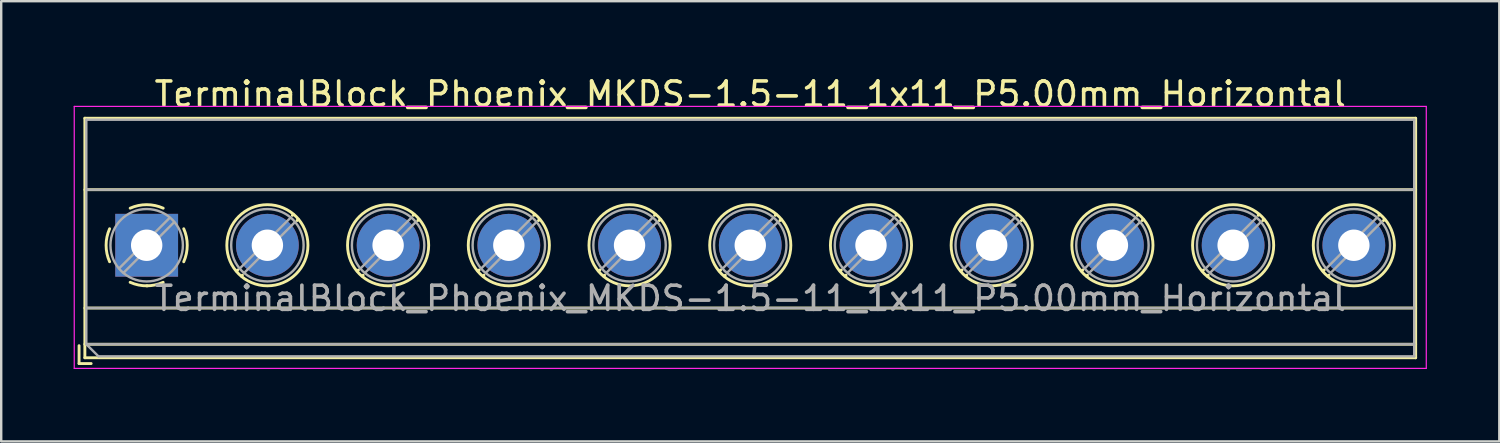
<source format=kicad_pcb>
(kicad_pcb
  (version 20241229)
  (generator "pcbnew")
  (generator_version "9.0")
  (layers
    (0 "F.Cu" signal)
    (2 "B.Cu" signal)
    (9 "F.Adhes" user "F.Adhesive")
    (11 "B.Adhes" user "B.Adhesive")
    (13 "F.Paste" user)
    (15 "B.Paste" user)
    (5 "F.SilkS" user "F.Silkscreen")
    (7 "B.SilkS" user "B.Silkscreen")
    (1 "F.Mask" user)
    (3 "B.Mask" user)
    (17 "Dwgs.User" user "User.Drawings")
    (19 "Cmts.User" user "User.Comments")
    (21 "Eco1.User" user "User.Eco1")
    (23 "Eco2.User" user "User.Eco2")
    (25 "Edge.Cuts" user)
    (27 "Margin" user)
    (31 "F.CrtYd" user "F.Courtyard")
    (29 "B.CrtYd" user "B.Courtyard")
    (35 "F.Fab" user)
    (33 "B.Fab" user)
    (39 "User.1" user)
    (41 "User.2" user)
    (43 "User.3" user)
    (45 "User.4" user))
  (footprint "TerminalBlock_Phoenix_MKDS-1.5-11_1x11_P5.00mm_Horizontal"
    (layer "F.Cu")
    (at 3.025 7.108)
    (property "Reference" "TerminalBlock_Phoenix_MKDS-1.5-11_1x11_P5.00mm_Horizontal" (at 25 -6.26 0) (layer "F.SilkS") (effects (font (size 1 1) (thickness 0.15))))
    (attr through_hole)
    (fp_line (start -2.8 4.16) (end -2.8 4.9) (stroke (width 0.12) (type solid)) (layer "F.SilkS"))
    (fp_line (start -2.8 4.9) (end -2.3 4.9) (stroke (width 0.12) (type solid)) (layer "F.SilkS"))
    (fp_line (start -2.56 -5.261) (end -2.56 4.66) (stroke (width 0.12) (type solid)) (layer "F.SilkS"))
    (fp_line (start -2.56 -5.261) (end 52.56 -5.261) (stroke (width 0.12) (type solid)) (layer "F.SilkS"))
    (fp_line (start -2.56 -2.301) (end 52.56 -2.301) (stroke (width 0.12) (type solid)) (layer "F.SilkS"))
    (fp_line (start -2.56 2.6) (end 52.56 2.6) (stroke (width 0.12) (type solid)) (layer "F.SilkS"))
    (fp_line (start -2.56 4.1) (end 52.56 4.1) (stroke (width 0.12) (type solid)) (layer "F.SilkS"))
    (fp_line (start -2.56 4.66) (end 52.56 4.66) (stroke (width 0.12) (type solid)) (layer "F.SilkS"))
    (fp_line (start 3.773 1.023) (end 3.726 1.069) (stroke (width 0.12) (type solid)) (layer "F.SilkS"))
    (fp_line (start 3.966 1.239) (end 3.931 1.274) (stroke (width 0.12) (type solid)) (layer "F.SilkS"))
    (fp_line (start 6.07 -1.275) (end 6.035 -1.239) (stroke (width 0.12) (type solid)) (layer "F.SilkS"))
    (fp_line (start 6.275 -1.069) (end 6.228 -1.023) (stroke (width 0.12) (type solid)) (layer "F.SilkS"))
    (fp_line (start 8.773 1.023) (end 8.726 1.069) (stroke (width 0.12) (type solid)) (layer "F.SilkS"))
    (fp_line (start 8.966 1.239) (end 8.931 1.274) (stroke (width 0.12) (type solid)) (layer "F.SilkS"))
    (fp_line (start 11.07 -1.275) (end 11.035 -1.239) (stroke (width 0.12) (type solid)) (layer "F.SilkS"))
    (fp_line (start 11.275 -1.069) (end 11.228 -1.023) (stroke (width 0.12) (type solid)) (layer "F.SilkS"))
    (fp_line (start 13.773 1.023) (end 13.726 1.069) (stroke (width 0.12) (type solid)) (layer "F.SilkS"))
    (fp_line (start 13.966 1.239) (end 13.931 1.274) (stroke (width 0.12) (type solid)) (layer "F.SilkS"))
    (fp_line (start 16.07 -1.275) (end 16.035 -1.239) (stroke (width 0.12) (type solid)) (layer "F.SilkS"))
    (fp_line (start 16.275 -1.069) (end 16.228 -1.023) (stroke (width 0.12) (type solid)) (layer "F.SilkS"))
    (fp_line (start 18.773 1.023) (end 18.726 1.069) (stroke (width 0.12) (type solid)) (layer "F.SilkS"))
    (fp_line (start 18.966 1.239) (end 18.931 1.274) (stroke (width 0.12) (type solid)) (layer "F.SilkS"))
    (fp_line (start 21.07 -1.275) (end 21.035 -1.239) (stroke (width 0.12) (type solid)) (layer "F.SilkS"))
    (fp_line (start 21.275 -1.069) (end 21.228 -1.023) (stroke (width 0.12) (type solid)) (layer "F.SilkS"))
    (fp_line (start 23.773 1.023) (end 23.726 1.069) (stroke (width 0.12) (type solid)) (layer "F.SilkS"))
    (fp_line (start 23.966 1.239) (end 23.931 1.274) (stroke (width 0.12) (type solid)) (layer "F.SilkS"))
    (fp_line (start 26.07 -1.275) (end 26.035 -1.239) (stroke (width 0.12) (type solid)) (layer "F.SilkS"))
    (fp_line (start 26.275 -1.069) (end 26.228 -1.023) (stroke (width 0.12) (type solid)) (layer "F.SilkS"))
    (fp_line (start 28.773 1.023) (end 28.726 1.069) (stroke (width 0.12) (type solid)) (layer "F.SilkS"))
    (fp_line (start 28.966 1.239) (end 28.931 1.274) (stroke (width 0.12) (type solid)) (layer "F.SilkS"))
    (fp_line (start 31.07 -1.275) (end 31.035 -1.239) (stroke (width 0.12) (type solid)) (layer "F.SilkS"))
    (fp_line (start 31.275 -1.069) (end 31.228 -1.023) (stroke (width 0.12) (type solid)) (layer "F.SilkS"))
    (fp_line (start 33.773 1.023) (end 33.726 1.069) (stroke (width 0.12) (type solid)) (layer "F.SilkS"))
    (fp_line (start 33.966 1.239) (end 33.931 1.274) (stroke (width 0.12) (type solid)) (layer "F.SilkS"))
    (fp_line (start 36.07 -1.275) (end 36.035 -1.239) (stroke (width 0.12) (type solid)) (layer "F.SilkS"))
    (fp_line (start 36.275 -1.069) (end 36.228 -1.023) (stroke (width 0.12) (type solid)) (layer "F.SilkS"))
    (fp_line (start 38.773 1.023) (end 38.726 1.069) (stroke (width 0.12) (type solid)) (layer "F.SilkS"))
    (fp_line (start 38.966 1.239) (end 38.931 1.274) (stroke (width 0.12) (type solid)) (layer "F.SilkS"))
    (fp_line (start 41.07 -1.275) (end 41.035 -1.239) (stroke (width 0.12) (type solid)) (layer "F.SilkS"))
    (fp_line (start 41.275 -1.069) (end 41.228 -1.023) (stroke (width 0.12) (type solid)) (layer "F.SilkS"))
    (fp_line (start 43.773 1.023) (end 43.726 1.069) (stroke (width 0.12) (type solid)) (layer "F.SilkS"))
    (fp_line (start 43.966 1.239) (end 43.931 1.274) (stroke (width 0.12) (type solid)) (layer "F.SilkS"))
    (fp_line (start 46.07 -1.275) (end 46.035 -1.239) (stroke (width 0.12) (type solid)) (layer "F.SilkS"))
    (fp_line (start 46.275 -1.069) (end 46.228 -1.023) (stroke (width 0.12) (type solid)) (layer "F.SilkS"))
    (fp_line (start 48.773 1.023) (end 48.726 1.069) (stroke (width 0.12) (type solid)) (layer "F.SilkS"))
    (fp_line (start 48.966 1.239) (end 48.931 1.274) (stroke (width 0.12) (type solid)) (layer "F.SilkS"))
    (fp_line (start 51.07 -1.275) (end 51.035 -1.239) (stroke (width 0.12) (type solid)) (layer "F.SilkS"))
    (fp_line (start 51.275 -1.069) (end 51.228 -1.023) (stroke (width 0.12) (type solid)) (layer "F.SilkS"))
    (fp_line (start 52.56 -5.261) (end 52.56 4.66) (stroke (width 0.12) (type solid)) (layer "F.SilkS"))
    (fp_arc (start -1.535427 0.683042) (mid -1.680501 -0.000524) (end -1.535 -0.684) (stroke (width 0.12) (type solid)) (layer "F.SilkS"))
    (fp_arc (start -0.683042 -1.535427) (mid 0.000524 -1.680501) (end 0.684 -1.535) (stroke (width 0.12) (type solid)) (layer "F.SilkS"))
    (fp_arc (start 0.028805 1.680253) (mid -0.335551 1.646659) (end -0.684 1.535) (stroke (width 0.12) (type solid)) (layer "F.SilkS"))
    (fp_arc (start 0.683318 1.534756) (mid 0.349292 1.643288) (end 0 1.68) (stroke (width 0.12) (type solid)) (layer "F.SilkS"))
    (fp_arc (start 1.535427 -0.683042) (mid 1.680501 0.000524) (end 1.535 0.684) (stroke (width 0.12) (type solid)) (layer "F.SilkS"))
    (fp_circle (center 5 0) (end 6.68 0) (stroke (width 0.12) (type solid)) (fill no) (layer "F.SilkS"))
    (fp_circle (center 10 0) (end 11.68 0) (stroke (width 0.12) (type solid)) (fill no) (layer "F.SilkS"))
    (fp_circle (center 15 0) (end 16.68 0) (stroke (width 0.12) (type solid)) (fill no) (layer "F.SilkS"))
    (fp_circle (center 20 0) (end 21.68 0) (stroke (width 0.12) (type solid)) (fill no) (layer "F.SilkS"))
    (fp_circle (center 25 0) (end 26.68 0) (stroke (width 0.12) (type solid)) (fill no) (layer "F.SilkS"))
    (fp_circle (center 30 0) (end 31.68 0) (stroke (width 0.12) (type solid)) (fill no) (layer "F.SilkS"))
    (fp_circle (center 35 0) (end 36.68 0) (stroke (width 0.12) (type solid)) (fill no) (layer "F.SilkS"))
    (fp_circle (center 40 0) (end 41.68 0) (stroke (width 0.12) (type solid)) (fill no) (layer "F.SilkS"))
    (fp_circle (center 45 0) (end 46.68 0) (stroke (width 0.12) (type solid)) (fill no) (layer "F.SilkS"))
    (fp_circle (center 50 0) (end 51.68 0) (stroke (width 0.12) (type solid)) (fill no) (layer "F.SilkS"))
    (fp_line (start -3 -5.75) (end -3 5.1) (stroke (width 0.05) (type solid)) (layer "F.CrtYd"))
    (fp_line (start -3 5.1) (end 53 5.1) (stroke (width 0.05) (type solid)) (layer "F.CrtYd"))
    (fp_line (start 53 -5.75) (end -3 -5.75) (stroke (width 0.05) (type solid)) (layer "F.CrtYd"))
    (fp_line (start 53 5.1) (end 53 -5.75) (stroke (width 0.05) (type solid)) (layer "F.CrtYd"))
    (fp_line (start -2.5 -5.2) (end 52.5 -5.2) (stroke (width 0.1) (type solid)) (layer "F.Fab"))
    (fp_line (start -2.5 -2.3) (end 52.5 -2.3) (stroke (width 0.1) (type solid)) (layer "F.Fab"))
    (fp_line (start -2.5 2.6) (end 52.5 2.6) (stroke (width 0.1) (type solid)) (layer "F.Fab"))
    (fp_line (start -2.5 4.1) (end -2.5 -5.2) (stroke (width 0.1) (type solid)) (layer "F.Fab"))
    (fp_line (start -2.5 4.1) (end 52.5 4.1) (stroke (width 0.1) (type solid)) (layer "F.Fab"))
    (fp_line (start -2 4.6) (end -2.5 4.1) (stroke (width 0.1) (type solid)) (layer "F.Fab"))
    (fp_line (start 0.955 -1.138) (end -1.138 0.955) (stroke (width 0.1) (type solid)) (layer "F.Fab"))
    (fp_line (start 1.138 -0.955) (end -0.955 1.138) (stroke (width 0.1) (type solid)) (layer "F.Fab"))
    (fp_line (start 5.955 -1.138) (end 3.863 0.955) (stroke (width 0.1) (type solid)) (layer "F.Fab"))
    (fp_line (start 6.138 -0.955) (end 4.046 1.138) (stroke (width 0.1) (type solid)) (layer "F.Fab"))
    (fp_line (start 10.955 -1.138) (end 8.863 0.955) (stroke (width 0.1) (type solid)) (layer "F.Fab"))
    (fp_line (start 11.138 -0.955) (end 9.046 1.138) (stroke (width 0.1) (type solid)) (layer "F.Fab"))
    (fp_line (start 15.955 -1.138) (end 13.863 0.955) (stroke (width 0.1) (type solid)) (layer "F.Fab"))
    (fp_line (start 16.138 -0.955) (end 14.046 1.138) (stroke (width 0.1) (type solid)) (layer "F.Fab"))
    (fp_line (start 20.955 -1.138) (end 18.863 0.955) (stroke (width 0.1) (type solid)) (layer "F.Fab"))
    (fp_line (start 21.138 -0.955) (end 19.046 1.138) (stroke (width 0.1) (type solid)) (layer "F.Fab"))
    (fp_line (start 25.955 -1.138) (end 23.863 0.955) (stroke (width 0.1) (type solid)) (layer "F.Fab"))
    (fp_line (start 26.138 -0.955) (end 24.046 1.138) (stroke (width 0.1) (type solid)) (layer "F.Fab"))
    (fp_line (start 30.955 -1.138) (end 28.863 0.955) (stroke (width 0.1) (type solid)) (layer "F.Fab"))
    (fp_line (start 31.138 -0.955) (end 29.046 1.138) (stroke (width 0.1) (type solid)) (layer "F.Fab"))
    (fp_line (start 35.955 -1.138) (end 33.863 0.955) (stroke (width 0.1) (type solid)) (layer "F.Fab"))
    (fp_line (start 36.138 -0.955) (end 34.046 1.138) (stroke (width 0.1) (type solid)) (layer "F.Fab"))
    (fp_line (start 40.955 -1.138) (end 38.863 0.955) (stroke (width 0.1) (type solid)) (layer "F.Fab"))
    (fp_line (start 41.138 -0.955) (end 39.046 1.138) (stroke (width 0.1) (type solid)) (layer "F.Fab"))
    (fp_line (start 45.955 -1.138) (end 43.863 0.955) (stroke (width 0.1) (type solid)) (layer "F.Fab"))
    (fp_line (start 46.138 -0.955) (end 44.046 1.138) (stroke (width 0.1) (type solid)) (layer "F.Fab"))
    (fp_line (start 50.955 -1.138) (end 48.863 0.955) (stroke (width 0.1) (type solid)) (layer "F.Fab"))
    (fp_line (start 51.138 -0.955) (end 49.046 1.138) (stroke (width 0.1) (type solid)) (layer "F.Fab"))
    (fp_line (start 52.5 -5.2) (end 52.5 4.6) (stroke (width 0.1) (type solid)) (layer "F.Fab"))
    (fp_line (start 52.5 4.6) (end -2 4.6) (stroke (width 0.1) (type solid)) (layer "F.Fab"))
    (fp_circle (center 0 0) (end 1.5 0) (stroke (width 0.1) (type solid)) (fill no) (layer "F.Fab"))
    (fp_circle (center 5 0) (end 6.5 0) (stroke (width 0.1) (type solid)) (fill no) (layer "F.Fab"))
    (fp_circle (center 10 0) (end 11.5 0) (stroke (width 0.1) (type solid)) (fill no) (layer "F.Fab"))
    (fp_circle (center 15 0) (end 16.5 0) (stroke (width 0.1) (type solid)) (fill no) (layer "F.Fab"))
    (fp_circle (center 20 0) (end 21.5 0) (stroke (width 0.1) (type solid)) (fill no) (layer "F.Fab"))
    (fp_circle (center 25 0) (end 26.5 0) (stroke (width 0.1) (type solid)) (fill no) (layer "F.Fab"))
    (fp_circle (center 30 0) (end 31.5 0) (stroke (width 0.1) (type solid)) (fill no) (layer "F.Fab"))
    (fp_circle (center 35 0) (end 36.5 0) (stroke (width 0.1) (type solid)) (fill no) (layer "F.Fab"))
    (fp_circle (center 40 0) (end 41.5 0) (stroke (width 0.1) (type solid)) (fill no) (layer "F.Fab"))
    (fp_circle (center 45 0) (end 46.5 0) (stroke (width 0.1) (type solid)) (fill no) (layer "F.Fab"))
    (fp_circle (center 50 0) (end 51.5 0) (stroke (width 0.1) (type solid)) (fill no) (layer "F.Fab"))
    (fp_text user "${REFERENCE}" (at 25 2.2 0) (layer "F.Fab") (effects (font (size 1 1) (thickness 0.15))))
    (pad "1" thru_hole rect (at 0 0) (size 2.6 2.6) (drill 1.3) (layers "*.Cu" "*.Mask"))
    (pad "2" thru_hole circle (at 5 0) (size 2.6 2.6) (drill 1.3) (layers "*.Cu" "*.Mask"))
    (pad "3" thru_hole circle (at 10 0) (size 2.6 2.6) (drill 1.3) (layers "*.Cu" "*.Mask"))
    (pad "4" thru_hole circle (at 15 0) (size 2.6 2.6) (drill 1.3) (layers "*.Cu" "*.Mask"))
    (pad "5" thru_hole circle (at 20 0) (size 2.6 2.6) (drill 1.3) (layers "*.Cu" "*.Mask"))
    (pad "6" thru_hole circle (at 25 0) (size 2.6 2.6) (drill 1.3) (layers "*.Cu" "*.Mask"))
    (pad "7" thru_hole circle (at 30 0) (size 2.6 2.6) (drill 1.3) (layers "*.Cu" "*.Mask"))
    (pad "8" thru_hole circle (at 35 0) (size 2.6 2.6) (drill 1.3) (layers "*.Cu" "*.Mask"))
    (pad "9" thru_hole circle (at 40 0) (size 2.6 2.6) (drill 1.3) (layers "*.Cu" "*.Mask"))
    (pad "10" thru_hole circle (at 45 0) (size 2.6 2.6) (drill 1.3) (layers "*.Cu" "*.Mask"))
    (pad "11" thru_hole circle (at 50 0) (size 2.6 2.6) (drill 1.3) (layers "*.Cu" "*.Mask")))
  (gr_rect
    (start -3 -3)
    (end 59.05 15.233)
    (stroke (width 0.1) (type default))
    (fill no)
    (layer "Edge.Cuts")))
</source>
